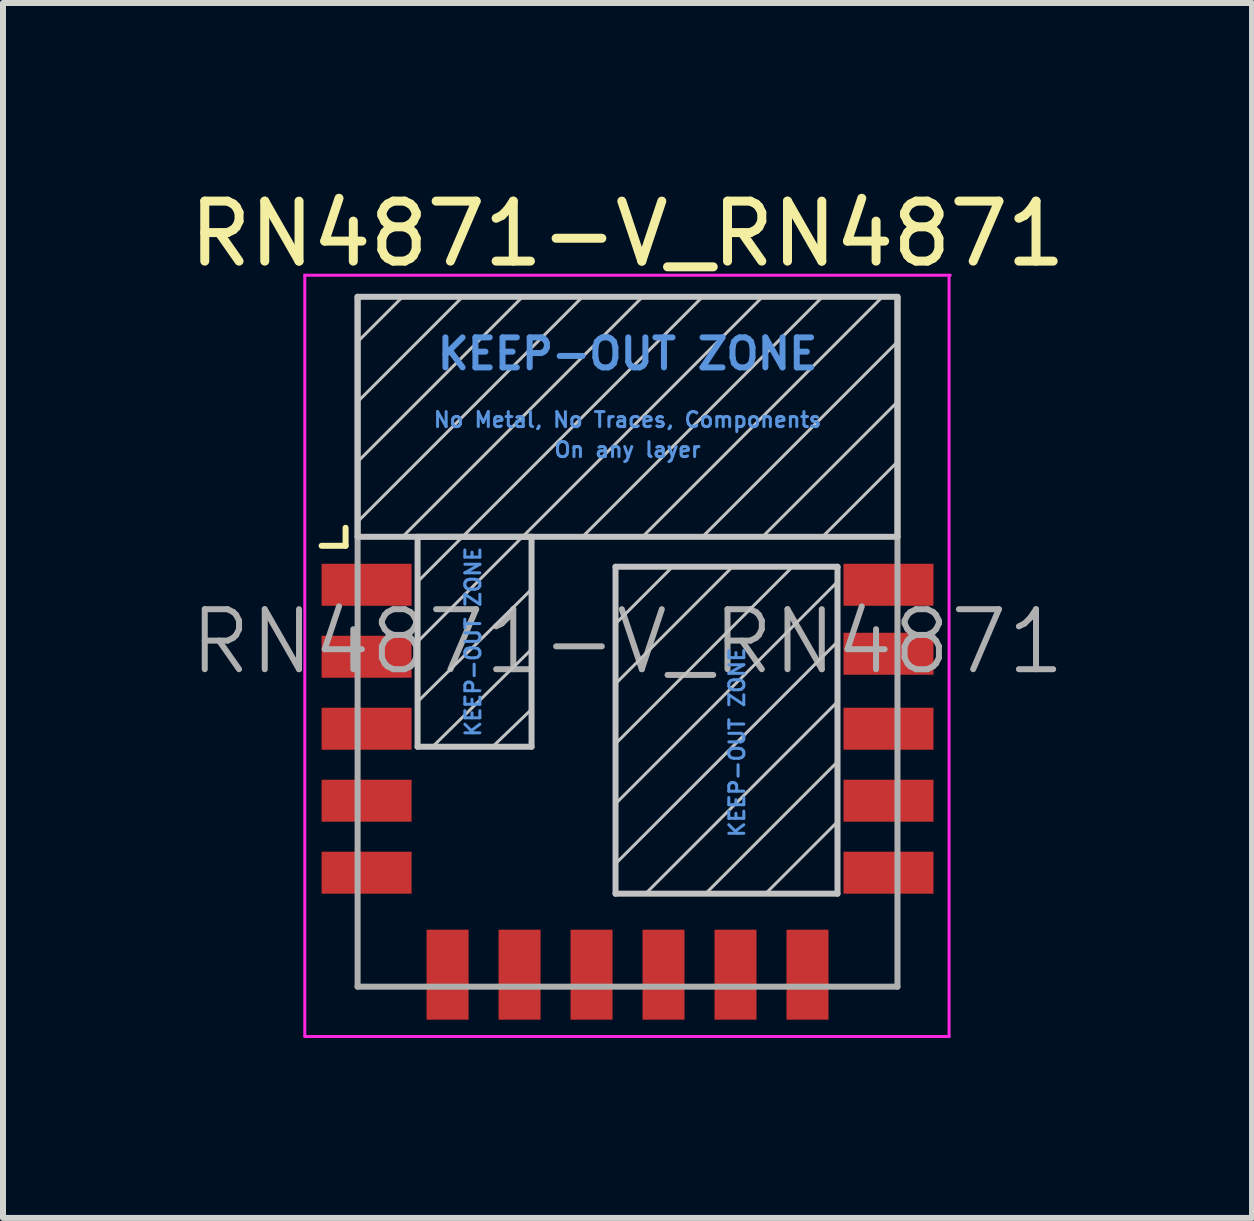
<source format=kicad_pcb>
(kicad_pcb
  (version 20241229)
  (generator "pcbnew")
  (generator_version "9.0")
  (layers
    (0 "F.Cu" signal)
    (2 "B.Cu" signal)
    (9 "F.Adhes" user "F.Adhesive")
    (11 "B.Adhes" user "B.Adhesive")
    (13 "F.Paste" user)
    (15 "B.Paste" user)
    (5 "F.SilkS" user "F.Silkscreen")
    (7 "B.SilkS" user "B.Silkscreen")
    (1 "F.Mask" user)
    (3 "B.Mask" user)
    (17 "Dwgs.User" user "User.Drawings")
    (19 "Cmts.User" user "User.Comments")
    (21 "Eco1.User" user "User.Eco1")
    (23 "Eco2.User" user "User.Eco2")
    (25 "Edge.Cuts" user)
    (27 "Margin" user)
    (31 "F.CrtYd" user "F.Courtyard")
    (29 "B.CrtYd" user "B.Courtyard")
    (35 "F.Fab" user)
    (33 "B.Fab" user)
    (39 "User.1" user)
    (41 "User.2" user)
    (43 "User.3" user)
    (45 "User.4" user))
  (footprint "RN4871-V_RN4871"
    (layer "F.Cu")
    (at 7.411 10.148)
    (property "Reference" "RN4871-V_RN4871" (at 0 -9.3 0) (layer "F.SilkS") (effects (font (size 1 1) (thickness 0.15))))
    (attr smd)
    (fp_line (start -5.1 -4.1) (end -4.7 -4.1) (stroke (width 0.1) (type solid)) (layer "F.SilkS"))
    (fp_line (start -4.7 -4.1) (end -4.7 -4.4) (stroke (width 0.1) (type solid)) (layer "F.SilkS"))
    (fp_line (start -4.5 -7.5) (end -3.75 -8.25) (stroke (width 0.05) (type solid)) (layer "Dwgs.User"))
    (fp_line (start -4.5 -6.5) (end -2.75 -8.25) (stroke (width 0.05) (type solid)) (layer "Dwgs.User"))
    (fp_line (start -4.5 -5.5) (end -1.75 -8.25) (stroke (width 0.05) (type solid)) (layer "Dwgs.User"))
    (fp_line (start -4.5 -4.5) (end -0.75 -8.25) (stroke (width 0.05) (type solid)) (layer "Dwgs.User"))
    (fp_line (start -4.5 -4.25) (end -4.5 -8.25) (stroke (width 0.1) (type solid)) (layer "Dwgs.User"))
    (fp_line (start -4.5 -4.25) (end 4.5 -4.25) (stroke (width 0.1) (type solid)) (layer "Dwgs.User"))
    (fp_line (start -3.5 -4.25) (end -3.5 -0.75) (stroke (width 0.1) (type solid)) (layer "Dwgs.User"))
    (fp_line (start -3.5 -4.25) (end -1.6 -4.25) (stroke (width 0.1) (type solid)) (layer "Dwgs.User"))
    (fp_line (start -3.5 -1.5) (end -1.6 -3.375) (stroke (width 0.05) (type solid)) (layer "Dwgs.User"))
    (fp_line (start -3.5 -0.75) (end -1.6 -0.75) (stroke (width 0.1) (type solid)) (layer "Dwgs.User"))
    (fp_line (start -3.25 -0.75) (end -1.6 -2.375) (stroke (width 0.05) (type solid)) (layer "Dwgs.User"))
    (fp_line (start -2.75 -4.25) (end -3.5 -3.5) (stroke (width 0.05) (type solid)) (layer "Dwgs.User"))
    (fp_line (start -2.75 -4.25) (end 1.25 -8.25) (stroke (width 0.05) (type solid)) (layer "Dwgs.User"))
    (fp_line (start -2.25 -0.75) (end -1.6 -1.375) (stroke (width 0.05) (type solid)) (layer "Dwgs.User"))
    (fp_line (start -1.75 -4.25) (end -3.5 -2.5) (stroke (width 0.05) (type solid)) (layer "Dwgs.User"))
    (fp_line (start -1.75 -4.25) (end 2.25 -8.25) (stroke (width 0.05) (type solid)) (layer "Dwgs.User"))
    (fp_line (start -1.6 -0.75) (end -1.6 -4.25) (stroke (width 0.1) (type solid)) (layer "Dwgs.User"))
    (fp_line (start -0.75 -4.25) (end 3.25 -8.25) (stroke (width 0.05) (type solid)) (layer "Dwgs.User"))
    (fp_line (start -0.2 -3.75) (end -0.2 1.7) (stroke (width 0.1) (type solid)) (layer "Dwgs.User"))
    (fp_line (start -0.2 1.7) (end 3.5 1.7) (stroke (width 0.1) (type solid)) (layer "Dwgs.User"))
    (fp_line (start 0.25 -8.25) (end -3.75 -4.25) (stroke (width 0.05) (type solid)) (layer "Dwgs.User"))
    (fp_line (start 0.25 -4.25) (end 4.25 -8.25) (stroke (width 0.05) (type solid)) (layer "Dwgs.User"))
    (fp_line (start 0.3 1.7) (end 3.5 -1.5) (stroke (width 0.05) (type solid)) (layer "Dwgs.User"))
    (fp_line (start 0.75 -3.75) (end -0.2 -2.8) (stroke (width 0.05) (type solid)) (layer "Dwgs.User"))
    (fp_line (start 1.25 -4.25) (end 4.5 -7.5) (stroke (width 0.05) (type solid)) (layer "Dwgs.User"))
    (fp_line (start 1.3 1.7) (end 3.5 -0.5) (stroke (width 0.05) (type solid)) (layer "Dwgs.User"))
    (fp_line (start 1.75 -3.75) (end -0.2 -1.8) (stroke (width 0.05) (type solid)) (layer "Dwgs.User"))
    (fp_line (start 2.25 -4.25) (end 4.5 -6.5) (stroke (width 0.05) (type solid)) (layer "Dwgs.User"))
    (fp_line (start 2.3 1.7) (end 3.5 0.5) (stroke (width 0.05) (type solid)) (layer "Dwgs.User"))
    (fp_line (start 2.75 -3.75) (end -0.2 -0.8) (stroke (width 0.05) (type solid)) (layer "Dwgs.User"))
    (fp_line (start 3.25 -4.25) (end 4.5 -5.5) (stroke (width 0.05) (type solid)) (layer "Dwgs.User"))
    (fp_line (start 3.5 -3.75) (end -0.2 -3.75) (stroke (width 0.1) (type solid)) (layer "Dwgs.User"))
    (fp_line (start 3.5 -3.5) (end -0.2 0.2) (stroke (width 0.05) (type solid)) (layer "Dwgs.User"))
    (fp_line (start 3.5 -2.5) (end -0.2 1.2) (stroke (width 0.05) (type solid)) (layer "Dwgs.User"))
    (fp_line (start 3.5 1.7) (end 3.5 -3.75) (stroke (width 0.1) (type solid)) (layer "Dwgs.User"))
    (fp_line (start 4.5 -8.25) (end -4.5 -8.25) (stroke (width 0.1) (type solid)) (layer "Dwgs.User"))
    (fp_line (start 4.5 -4.25) (end 4.5 -8.25) (stroke (width 0.1) (type solid)) (layer "Dwgs.User"))
    (fp_line (start -5.38 4.08) (end -5.38 -8.61) (stroke (width 0.05) (type solid)) (layer "F.CrtYd"))
    (fp_line (start -5.38 4.08) (end 5.36 4.08) (stroke (width 0.05) (type solid)) (layer "F.CrtYd"))
    (fp_line (start 5.36 4.08) (end 5.36 -8.61) (stroke (width 0.05) (type solid)) (layer "F.CrtYd"))
    (fp_line (start 5.38 -8.61) (end -5.38 -8.61) (stroke (width 0.05) (type solid)) (layer "F.CrtYd"))
    (fp_line (start -4.5 -8.25) (end -4.5 3.25) (stroke (width 0.1) (type solid)) (layer "F.Fab"))
    (fp_line (start -4.5 3.25) (end 4.5 3.25) (stroke (width 0.1) (type solid)) (layer "F.Fab"))
    (fp_line (start 4.5 3.25) (end 4.5 -8.25) (stroke (width 0.1) (type solid)) (layer "F.Fab"))
    (fp_text user "On any layer" (at 0 -5.7 0) (layer "Cmts.User") (effects (font (size 0.25 0.25) (thickness 0.05))))
    (fp_text user "KEEP-OUT ZONE" (at 1.825 -0.825 90) (layer "Cmts.User") (effects (font (size 0.25 0.25) (thickness 0.05))))
    (fp_text user "No Metal, No Traces, Components" (at 0 -6.2 0) (layer "Cmts.User") (effects (font (size 0.25 0.25) (thickness 0.05))))
    (fp_text user "KEEP-OUT ZONE" (at -2.575 -2.5 90) (layer "Cmts.User") (effects (font (size 0.25 0.25) (thickness 0.05))))
    (fp_text user "KEEP-OUT ZONE" (at 0 -7.3 0) (layer "Cmts.User") (effects (font (size 0.5 0.5) (thickness 0.1))))
    (fp_text user "${REFERENCE}" (at 0 -2.5 0) (layer "F.Fab") (effects (font (size 1 1) (thickness 0.1))))
    (pad "1" smd rect (at -4.35 -3.45 90) (size 0.7 1.5) (layers "F.Cu" "F.Mask" "F.Paste"))
    (pad "2" smd rect (at -4.35 -2.25 90) (size 0.7 1.5) (layers "F.Cu" "F.Mask" "F.Paste"))
    (pad "3" smd rect (at -4.35 -1.05 90) (size 0.7 1.5) (layers "F.Cu" "F.Mask" "F.Paste"))
    (pad "4" smd rect (at -4.35 0.15 90) (size 0.7 1.5) (layers "F.Cu" "F.Mask" "F.Paste"))
    (pad "5" smd rect (at -4.35 1.35 90) (size 0.7 1.5) (layers "F.Cu" "F.Mask" "F.Paste"))
    (pad "6" smd rect (at -3 3.05) (size 0.7 1.5) (layers "F.Cu" "F.Mask" "F.Paste"))
    (pad "7" smd rect (at -1.8 3.05) (size 0.7 1.5) (layers "F.Cu" "F.Mask" "F.Paste"))
    (pad "8" smd rect (at -0.6 3.05) (size 0.7 1.5) (layers "F.Cu" "F.Mask" "F.Paste"))
    (pad "9" smd rect (at 0.6 3.05) (size 0.7 1.5) (layers "F.Cu" "F.Mask" "F.Paste"))
    (pad "10" smd rect (at 1.8 3.05) (size 0.7 1.5) (layers "F.Cu" "F.Mask" "F.Paste"))
    (pad "11" smd rect (at 3 3.05) (size 0.7 1.5) (layers "F.Cu" "F.Mask" "F.Paste"))
    (pad "12" smd rect (at 4.35 1.35 90) (size 0.7 1.5) (layers "F.Cu" "F.Mask" "F.Paste"))
    (pad "13" smd rect (at 4.35 0.15 90) (size 0.7 1.5) (layers "F.Cu" "F.Mask" "F.Paste"))
    (pad "14" smd rect (at 4.35 -1.05 90) (size 0.7 1.5) (layers "F.Cu" "F.Mask" "F.Paste"))
    (pad "15" smd rect (at 4.35 -2.3 90) (size 0.7 1.5) (layers "F.Cu" "F.Mask" "F.Paste"))
    (pad "16" smd rect (at 4.35 -3.45 90) (size 0.7 1.5) (layers "F.Cu" "F.Mask" "F.Paste")))
  (gr_rect
    (start -3 -3)
    (end 17.821 17.253)
    (stroke (width 0.1) (type default))
    (fill no)
    (layer "Edge.Cuts")))
</source>
